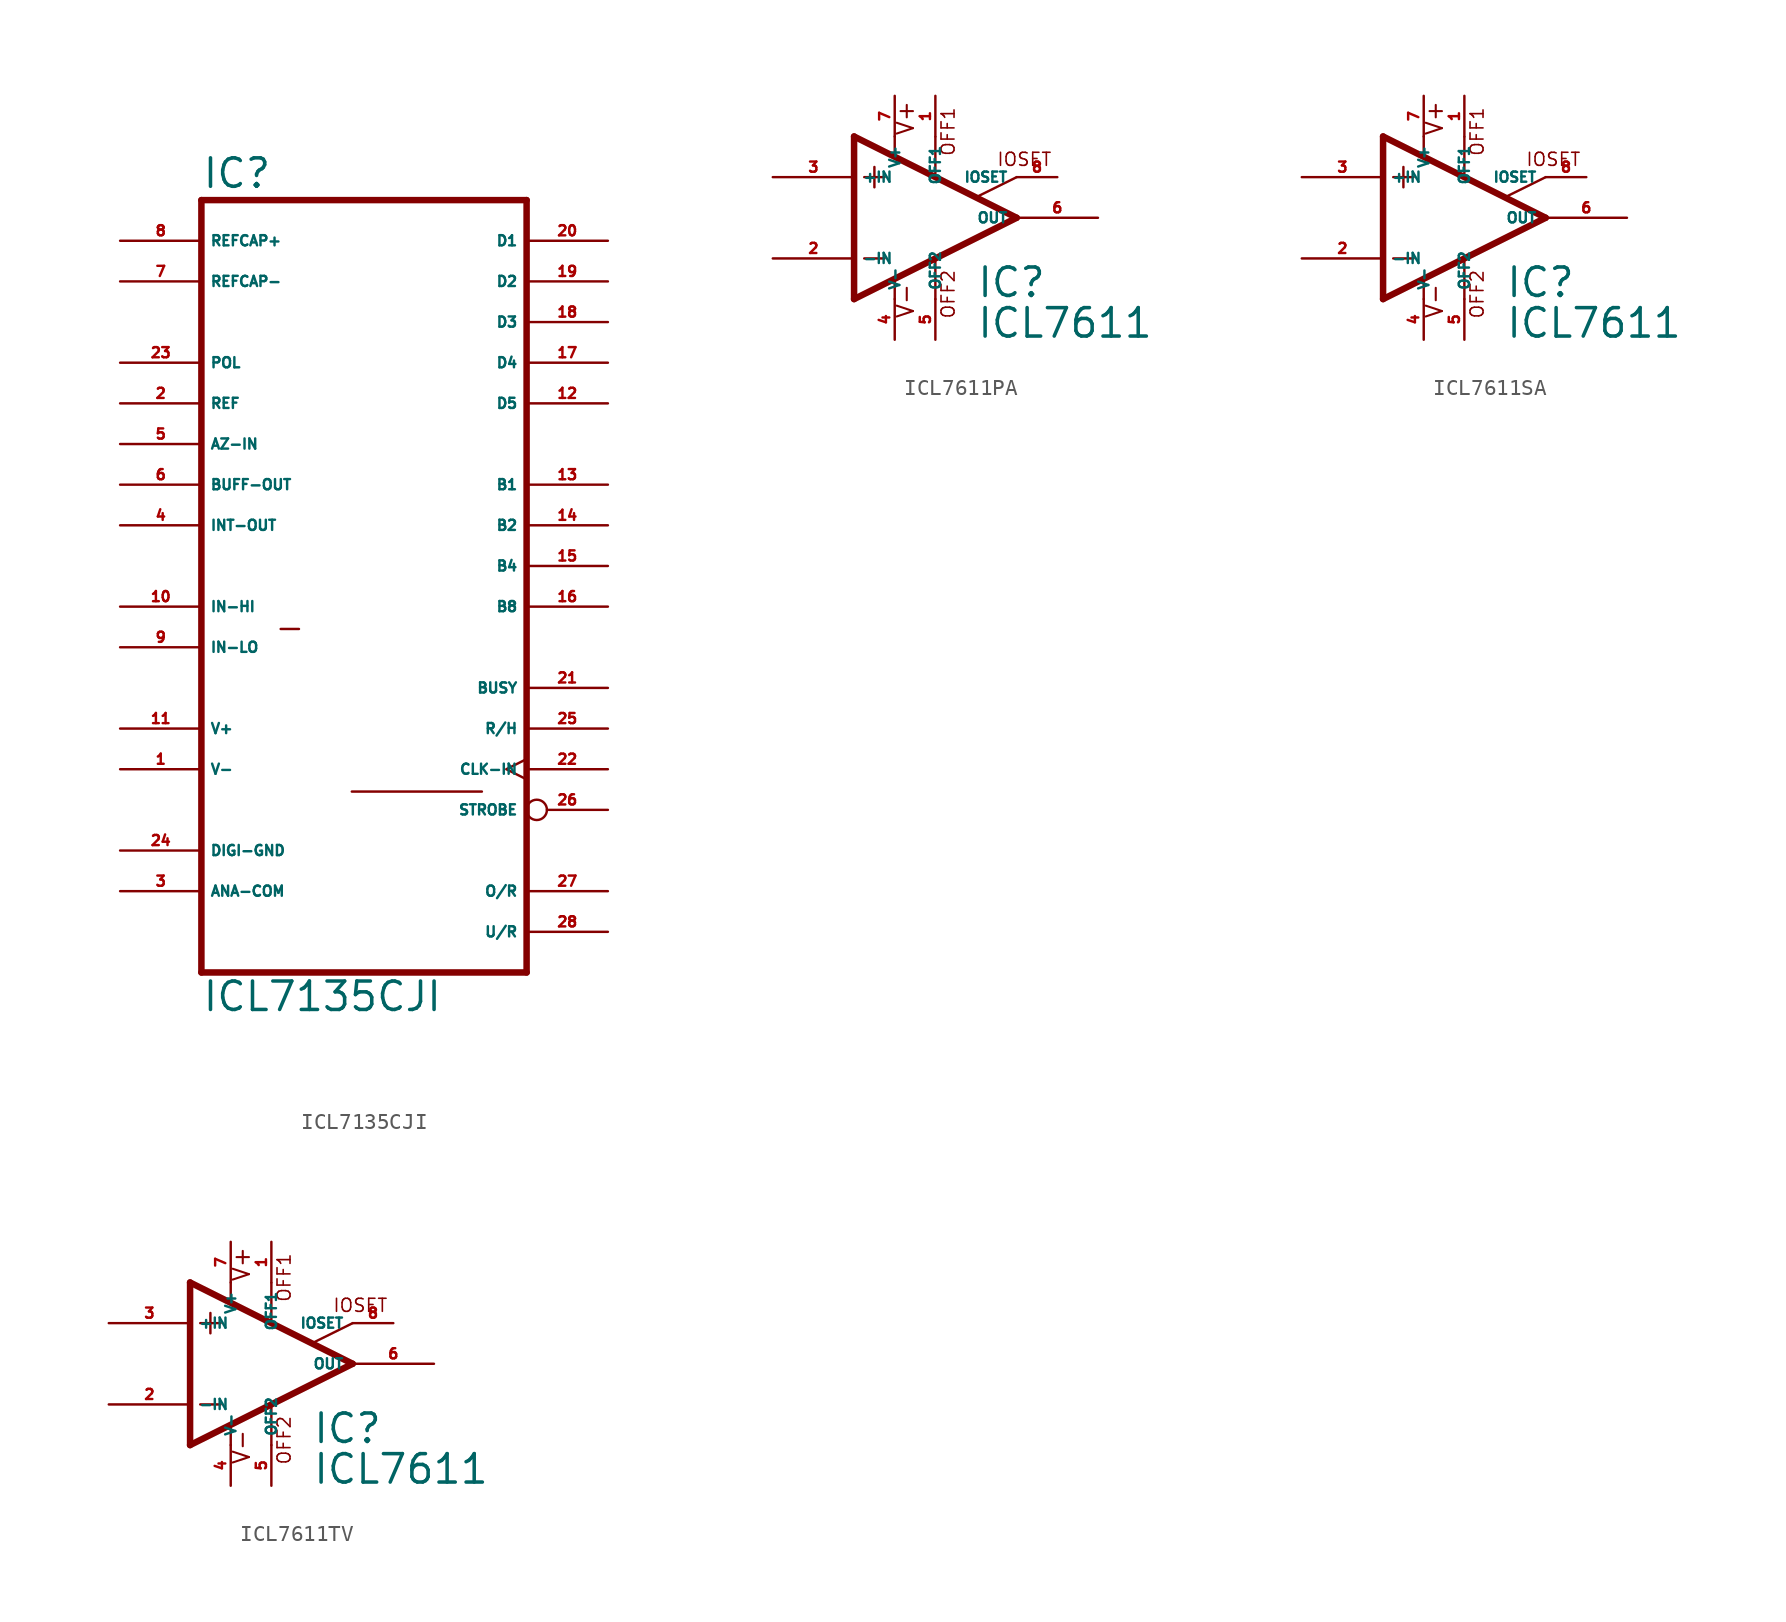
<source format=kicad_sym>
(kicad_symbol_lib
  (version 20220914)
  (generator Eagle2Kicad)
  (symbol "ICL7135CJI"
    (property "Reference" "IC"
      (at -10.16 26.035 0)
      (effects (font (size 1.778 1.778) (thickness 0.22)) (justify left bottom)))
    (property "Value" "ICL7135CJI"
      (at -10.16 -25.4 0)
      (effects (font (size 1.778 1.778) (thickness 0.22)) (justify left bottom)))
    (polyline
      (pts (xy -10.16 -22.86) (xy 10.16 -22.86))
      (stroke (width 0.406) (type default))
      (fill (type none)))
    (polyline
      (pts (xy 10.16 25.4) (xy 10.16 -22.86))
      (stroke (width 0.406) (type default))
      (fill (type none)))
    (polyline
      (pts (xy 10.16 25.4) (xy -10.16 25.4))
      (stroke (width 0.406) (type default))
      (fill (type none)))
    (polyline
      (pts (xy -10.16 -22.86) (xy -10.16 25.4))
      (stroke (width 0.406) (type default))
      (fill (type none)))
    (polyline
      (pts (xy -5.207 -1.397) (xy -4.064 -1.397))
      (stroke (width 0.152) (type default))
      (fill (type none)))
    (polyline
      (pts (xy -0.762 -11.557) (xy 7.366 -11.557))
      (stroke (width 0.152) (type default))
      (fill (type none)))
    (pin tri_state line
      (at 15.24 22.86 180)
      (length 5.08)
      (name "D1" (effects (font (size 0.635 0.635) (thickness 0.08)) (justify left bottom)))
      (number "20" (effects (font (size 0.635 0.635) (thickness 0.08)) (justify left bottom))))
    (pin tri_state line
      (at 15.24 20.32 180)
      (length 5.08)
      (name "D2" (effects (font (size 0.635 0.635) (thickness 0.08)) (justify left bottom)))
      (number "19" (effects (font (size 0.635 0.635) (thickness 0.08)) (justify left bottom))))
    (pin tri_state line
      (at 15.24 17.78 180)
      (length 5.08)
      (name "D3" (effects (font (size 0.635 0.635) (thickness 0.08)) (justify left bottom)))
      (number "18" (effects (font (size 0.635 0.635) (thickness 0.08)) (justify left bottom))))
    (pin tri_state line
      (at 15.24 15.24 180)
      (length 5.08)
      (name "D4" (effects (font (size 0.635 0.635) (thickness 0.08)) (justify left bottom)))
      (number "17" (effects (font (size 0.635 0.635) (thickness 0.08)) (justify left bottom))))
    (pin tri_state line
      (at 15.24 12.7 180)
      (length 5.08)
      (name "D5" (effects (font (size 0.635 0.635) (thickness 0.08)) (justify left bottom)))
      (number "12" (effects (font (size 0.635 0.635) (thickness 0.08)) (justify left bottom))))
    (pin unspecified line
      (at -15.24 -17.78 0)
      (length 5.08)
      (name "ANA-COM" (effects (font (size 0.635 0.635) (thickness 0.08)) (justify left bottom)))
      (number "3" (effects (font (size 0.635 0.635) (thickness 0.08)) (justify left bottom))))
    (pin output line
      (at -15.24 5.08 0)
      (length 5.08)
      (name "INT-OUT" (effects (font (size 0.635 0.635) (thickness 0.08)) (justify left bottom)))
      (number "4" (effects (font (size 0.635 0.635) (thickness 0.08)) (justify left bottom))))
    (pin output line
      (at -15.24 7.62 0)
      (length 5.08)
      (name "BUFF-OUT" (effects (font (size 0.635 0.635) (thickness 0.08)) (justify left bottom)))
      (number "6" (effects (font (size 0.635 0.635) (thickness 0.08)) (justify left bottom))))
    (pin output line
      (at 15.24 7.62 180)
      (length 5.08)
      (name "B1" (effects (font (size 0.635 0.635) (thickness 0.08)) (justify left bottom)))
      (number "13" (effects (font (size 0.635 0.635) (thickness 0.08)) (justify left bottom))))
    (pin output line
      (at 15.24 5.08 180)
      (length 5.08)
      (name "B2" (effects (font (size 0.635 0.635) (thickness 0.08)) (justify left bottom)))
      (number "14" (effects (font (size 0.635 0.635) (thickness 0.08)) (justify left bottom))))
    (pin output line
      (at 15.24 2.54 180)
      (length 5.08)
      (name "B4" (effects (font (size 0.635 0.635) (thickness 0.08)) (justify left bottom)))
      (number "15" (effects (font (size 0.635 0.635) (thickness 0.08)) (justify left bottom))))
    (pin output line
      (at 15.24 0 180)
      (length 5.08)
      (name "B8" (effects (font (size 0.635 0.635) (thickness 0.08)) (justify left bottom)))
      (number "16" (effects (font (size 0.635 0.635) (thickness 0.08)) (justify left bottom))))
    (pin output line
      (at 15.24 -5.08 180)
      (length 5.08)
      (name "BUSY" (effects (font (size 0.635 0.635) (thickness 0.08)) (justify left bottom)))
      (number "21" (effects (font (size 0.635 0.635) (thickness 0.08)) (justify left bottom))))
    (pin input line
      (at -15.24 15.24 0)
      (length 5.08)
      (name "POL" (effects (font (size 0.635 0.635) (thickness 0.08)) (justify left bottom)))
      (number "23" (effects (font (size 0.635 0.635) (thickness 0.08)) (justify left bottom))))
    (pin input line
      (at -15.24 12.7 0)
      (length 5.08)
      (name "REF" (effects (font (size 0.635 0.635) (thickness 0.08)) (justify left bottom)))
      (number "2" (effects (font (size 0.635 0.635) (thickness 0.08)) (justify left bottom))))
    (pin input line
      (at -15.24 10.16 0)
      (length 5.08)
      (name "AZ-IN" (effects (font (size 0.635 0.635) (thickness 0.08)) (justify left bottom)))
      (number "5" (effects (font (size 0.635 0.635) (thickness 0.08)) (justify left bottom))))
    (pin passive line
      (at -15.24 20.32 0)
      (length 5.08)
      (name "REFCAP-" (effects (font (size 0.635 0.635) (thickness 0.08)) (justify left bottom)))
      (number "7" (effects (font (size 0.635 0.635) (thickness 0.08)) (justify left bottom))))
    (pin passive line
      (at -15.24 22.86 0)
      (length 5.08)
      (name "REFCAP+" (effects (font (size 0.635 0.635) (thickness 0.08)) (justify left bottom)))
      (number "8" (effects (font (size 0.635 0.635) (thickness 0.08)) (justify left bottom))))
    (pin input line
      (at -15.24 0 0)
      (length 5.08)
      (name "IN-HI" (effects (font (size 0.635 0.635) (thickness 0.08)) (justify left bottom)))
      (number "10" (effects (font (size 0.635 0.635) (thickness 0.08)) (justify left bottom))))
    (pin input line
      (at -15.24 -2.54 0)
      (length 5.08)
      (name "IN-LO" (effects (font (size 0.635 0.635) (thickness 0.08)) (justify left bottom)))
      (number "9" (effects (font (size 0.635 0.635) (thickness 0.08)) (justify left bottom))))
    (pin unspecified line
      (at -15.24 -15.24 0)
      (length 5.08)
      (name "DIGI-GND" (effects (font (size 0.635 0.635) (thickness 0.08)) (justify left bottom)))
      (number "24" (effects (font (size 0.635 0.635) (thickness 0.08)) (justify left bottom))))
    (pin unspecified line
      (at -15.24 -7.62 0)
      (length 5.08)
      (name "V+" (effects (font (size 0.635 0.635) (thickness 0.08)) (justify left bottom)))
      (number "11" (effects (font (size 0.635 0.635) (thickness 0.08)) (justify left bottom))))
    (pin unspecified line
      (at -15.24 -10.16 0)
      (length 5.08)
      (name "V-" (effects (font (size 0.635 0.635) (thickness 0.08)) (justify left bottom)))
      (number "1" (effects (font (size 0.635 0.635) (thickness 0.08)) (justify left bottom))))
    (pin output inverted
      (at 15.24 -12.7 180)
      (length 5.08)
      (name "STROBE" (effects (font (size 0.635 0.635) (thickness 0.08)) (justify left bottom)))
      (number "26" (effects (font (size 0.635 0.635) (thickness 0.08)) (justify left bottom))))
    (pin output line
      (at 15.24 -17.78 180)
      (length 5.08)
      (name "O/R" (effects (font (size 0.635 0.635) (thickness 0.08)) (justify left bottom)))
      (number "27" (effects (font (size 0.635 0.635) (thickness 0.08)) (justify left bottom))))
    (pin output line
      (at 15.24 -20.32 180)
      (length 5.08)
      (name "U/R" (effects (font (size 0.635 0.635) (thickness 0.08)) (justify left bottom)))
      (number "28" (effects (font (size 0.635 0.635) (thickness 0.08)) (justify left bottom))))
    (pin input line
      (at 15.24 -7.62 180)
      (length 5.08)
      (name "R/H" (effects (font (size 0.635 0.635) (thickness 0.08)) (justify left bottom)))
      (number "25" (effects (font (size 0.635 0.635) (thickness 0.08)) (justify left bottom))))
    (pin input clock
      (at 15.24 -10.16 180)
      (length 5.08)
      (name "CLK-IN" (effects (font (size 0.635 0.635) (thickness 0.08)) (justify left bottom)))
      (number "22" (effects (font (size 0.635 0.635) (thickness 0.08)) (justify left bottom)))))
  (symbol "ICL7611PA"
    (property "Reference" "IC"
      (at 2.54 -5.08 0)
      (effects (font (size 1.778 1.778) (thickness 0.22)) (justify left bottom)))
    (property "Value" "ICL7611"
      (at 2.54 -7.62 0)
      (effects (font (size 1.778 1.778) (thickness 0.22)) (justify left bottom)))
    (polyline
      (pts (xy -3.81 3.175) (xy -3.81 1.905))
      (stroke (width 0.152) (type default))
      (fill (type none)))
    (polyline
      (pts (xy -4.445 2.54) (xy -3.175 2.54))
      (stroke (width 0.152) (type default))
      (fill (type none)))
    (polyline
      (pts (xy -4.445 -2.54) (xy -3.175 -2.54))
      (stroke (width 0.152) (type default))
      (fill (type none)))
    (polyline
      (pts (xy -2.54 5.08) (xy -2.54 3.886))
      (stroke (width 0.152) (type default))
      (fill (type none)))
    (polyline
      (pts (xy 0 5.055) (xy 0 2.616))
      (stroke (width 0.152) (type default))
      (fill (type none)))
    (polyline
      (pts (xy 0 -2.616) (xy 0 -5.08))
      (stroke (width 0.152) (type default))
      (fill (type none)))
    (polyline
      (pts (xy -2.54 -3.912) (xy -2.54 -5.08))
      (stroke (width 0.152) (type default))
      (fill (type none)))
    (polyline
      (pts (xy 5.08 2.54) (xy 2.616 1.321))
      (stroke (width 0.152) (type default))
      (fill (type none)))
    (polyline
      (pts (xy 5.08 0) (xy -5.08 5.08))
      (stroke (width 0.406) (type default))
      (fill (type none)))
    (polyline
      (pts (xy -5.08 5.08) (xy -5.08 -5.08))
      (stroke (width 0.406) (type default))
      (fill (type none)))
    (polyline
      (pts (xy -5.08 -5.08) (xy 5.08 0))
      (stroke (width 0.406) (type default))
      (fill (type none)))
    (text "OFF1"
      (at 1.27 3.81 900)
      (effects (font (size 0.813 0.813) (thickness 0.10)) (justify left bottom)))
    (text "OFF2"
      (at 1.27 -6.35 900)
      (effects (font (size 0.813 0.813) (thickness 0.10)) (justify left bottom)))
    (text "IOSET"
      (at 3.81 3.175 0)
      (effects (font (size 0.813 0.813) (thickness 0.10)) (justify left bottom)))
    (text "V+"
      (at -1.27 5.08 900)
      (effects (font (size 1.016 1.016) (thickness 0.13)) (justify left bottom)))
    (text "V-"
      (at -1.27 -6.35 900)
      (effects (font (size 1.016 1.016) (thickness 0.13)) (justify left bottom)))
    (pin passive line
      (at 7.62 2.54 180)
      (length 2.54)
      (name "IOSET" (effects (font (size 0.635 0.635) (thickness 0.08)) (justify left bottom)))
      (number "8" (effects (font (size 0.635 0.635) (thickness 0.08)) (justify left bottom))))
    (pin passive line
      (at 0 7.62 270)
      (length 2.54)
      (name "OFF1" (effects (font (size 0.635 0.635) (thickness 0.08)) (justify left bottom)))
      (number "1" (effects (font (size 0.635 0.635) (thickness 0.08)) (justify left bottom))))
    (pin input line
      (at -10.16 -2.54 0)
      (length 5.08)
      (name "-IN" (effects (font (size 0.635 0.635) (thickness 0.08)) (justify left bottom)))
      (number "2" (effects (font (size 0.635 0.635) (thickness 0.08)) (justify left bottom))))
    (pin input line
      (at -10.16 2.54 0)
      (length 5.08)
      (name "+IN" (effects (font (size 0.635 0.635) (thickness 0.08)) (justify left bottom)))
      (number "3" (effects (font (size 0.635 0.635) (thickness 0.08)) (justify left bottom))))
    (pin output line
      (at 10.16 0 180)
      (length 5.08)
      (name "OUT" (effects (font (size 0.635 0.635) (thickness 0.08)) (justify left bottom)))
      (number "6" (effects (font (size 0.635 0.635) (thickness 0.08)) (justify left bottom))))
    (pin passive line
      (at 0 -7.62 90)
      (length 2.54)
      (name "OFF2" (effects (font (size 0.635 0.635) (thickness 0.08)) (justify left bottom)))
      (number "5" (effects (font (size 0.635 0.635) (thickness 0.08)) (justify left bottom))))
    (pin unspecified line
      (at -2.54 7.62 270)
      (length 2.54)
      (name "V+" (effects (font (size 0.635 0.635) (thickness 0.08)) (justify left bottom)))
      (number "7" (effects (font (size 0.635 0.635) (thickness 0.08)) (justify left bottom))))
    (pin unspecified line
      (at -2.54 -7.62 90)
      (length 2.54)
      (name "V-" (effects (font (size 0.635 0.635) (thickness 0.08)) (justify left bottom)))
      (number "4" (effects (font (size 0.635 0.635) (thickness 0.08)) (justify left bottom)))))
  (symbol "ICL7611SA"
    (property "Reference" "IC"
      (at 2.54 -5.08 0)
      (effects (font (size 1.778 1.778) (thickness 0.22)) (justify left bottom)))
    (property "Value" "ICL7611"
      (at 2.54 -7.62 0)
      (effects (font (size 1.778 1.778) (thickness 0.22)) (justify left bottom)))
    (polyline
      (pts (xy -3.81 3.175) (xy -3.81 1.905))
      (stroke (width 0.152) (type default))
      (fill (type none)))
    (polyline
      (pts (xy -4.445 2.54) (xy -3.175 2.54))
      (stroke (width 0.152) (type default))
      (fill (type none)))
    (polyline
      (pts (xy -4.445 -2.54) (xy -3.175 -2.54))
      (stroke (width 0.152) (type default))
      (fill (type none)))
    (polyline
      (pts (xy -2.54 5.08) (xy -2.54 3.886))
      (stroke (width 0.152) (type default))
      (fill (type none)))
    (polyline
      (pts (xy 0 5.055) (xy 0 2.616))
      (stroke (width 0.152) (type default))
      (fill (type none)))
    (polyline
      (pts (xy 0 -2.616) (xy 0 -5.08))
      (stroke (width 0.152) (type default))
      (fill (type none)))
    (polyline
      (pts (xy -2.54 -3.912) (xy -2.54 -5.08))
      (stroke (width 0.152) (type default))
      (fill (type none)))
    (polyline
      (pts (xy 5.08 2.54) (xy 2.616 1.321))
      (stroke (width 0.152) (type default))
      (fill (type none)))
    (polyline
      (pts (xy 5.08 0) (xy -5.08 5.08))
      (stroke (width 0.406) (type default))
      (fill (type none)))
    (polyline
      (pts (xy -5.08 5.08) (xy -5.08 -5.08))
      (stroke (width 0.406) (type default))
      (fill (type none)))
    (polyline
      (pts (xy -5.08 -5.08) (xy 5.08 0))
      (stroke (width 0.406) (type default))
      (fill (type none)))
    (text "OFF1"
      (at 1.27 3.81 900)
      (effects (font (size 0.813 0.813) (thickness 0.10)) (justify left bottom)))
    (text "OFF2"
      (at 1.27 -6.35 900)
      (effects (font (size 0.813 0.813) (thickness 0.10)) (justify left bottom)))
    (text "IOSET"
      (at 3.81 3.175 0)
      (effects (font (size 0.813 0.813) (thickness 0.10)) (justify left bottom)))
    (text "V+"
      (at -1.27 5.08 900)
      (effects (font (size 1.016 1.016) (thickness 0.13)) (justify left bottom)))
    (text "V-"
      (at -1.27 -6.35 900)
      (effects (font (size 1.016 1.016) (thickness 0.13)) (justify left bottom)))
    (pin passive line
      (at 7.62 2.54 180)
      (length 2.54)
      (name "IOSET" (effects (font (size 0.635 0.635) (thickness 0.08)) (justify left bottom)))
      (number "8" (effects (font (size 0.635 0.635) (thickness 0.08)) (justify left bottom))))
    (pin passive line
      (at 0 7.62 270)
      (length 2.54)
      (name "OFF1" (effects (font (size 0.635 0.635) (thickness 0.08)) (justify left bottom)))
      (number "1" (effects (font (size 0.635 0.635) (thickness 0.08)) (justify left bottom))))
    (pin input line
      (at -10.16 -2.54 0)
      (length 5.08)
      (name "-IN" (effects (font (size 0.635 0.635) (thickness 0.08)) (justify left bottom)))
      (number "2" (effects (font (size 0.635 0.635) (thickness 0.08)) (justify left bottom))))
    (pin input line
      (at -10.16 2.54 0)
      (length 5.08)
      (name "+IN" (effects (font (size 0.635 0.635) (thickness 0.08)) (justify left bottom)))
      (number "3" (effects (font (size 0.635 0.635) (thickness 0.08)) (justify left bottom))))
    (pin output line
      (at 10.16 0 180)
      (length 5.08)
      (name "OUT" (effects (font (size 0.635 0.635) (thickness 0.08)) (justify left bottom)))
      (number "6" (effects (font (size 0.635 0.635) (thickness 0.08)) (justify left bottom))))
    (pin passive line
      (at 0 -7.62 90)
      (length 2.54)
      (name "OFF2" (effects (font (size 0.635 0.635) (thickness 0.08)) (justify left bottom)))
      (number "5" (effects (font (size 0.635 0.635) (thickness 0.08)) (justify left bottom))))
    (pin unspecified line
      (at -2.54 7.62 270)
      (length 2.54)
      (name "V+" (effects (font (size 0.635 0.635) (thickness 0.08)) (justify left bottom)))
      (number "7" (effects (font (size 0.635 0.635) (thickness 0.08)) (justify left bottom))))
    (pin unspecified line
      (at -2.54 -7.62 90)
      (length 2.54)
      (name "V-" (effects (font (size 0.635 0.635) (thickness 0.08)) (justify left bottom)))
      (number "4" (effects (font (size 0.635 0.635) (thickness 0.08)) (justify left bottom)))))
  (symbol "ICL7611TV"
    (property "Reference" "IC"
      (at 2.54 -5.08 0)
      (effects (font (size 1.778 1.778) (thickness 0.22)) (justify left bottom)))
    (property "Value" "ICL7611"
      (at 2.54 -7.62 0)
      (effects (font (size 1.778 1.778) (thickness 0.22)) (justify left bottom)))
    (polyline
      (pts (xy -3.81 3.175) (xy -3.81 1.905))
      (stroke (width 0.152) (type default))
      (fill (type none)))
    (polyline
      (pts (xy -4.445 2.54) (xy -3.175 2.54))
      (stroke (width 0.152) (type default))
      (fill (type none)))
    (polyline
      (pts (xy -4.445 -2.54) (xy -3.175 -2.54))
      (stroke (width 0.152) (type default))
      (fill (type none)))
    (polyline
      (pts (xy -2.54 5.08) (xy -2.54 3.886))
      (stroke (width 0.152) (type default))
      (fill (type none)))
    (polyline
      (pts (xy 0 5.055) (xy 0 2.616))
      (stroke (width 0.152) (type default))
      (fill (type none)))
    (polyline
      (pts (xy 0 -2.616) (xy 0 -5.08))
      (stroke (width 0.152) (type default))
      (fill (type none)))
    (polyline
      (pts (xy -2.54 -3.912) (xy -2.54 -5.08))
      (stroke (width 0.152) (type default))
      (fill (type none)))
    (polyline
      (pts (xy 5.08 2.54) (xy 2.616 1.321))
      (stroke (width 0.152) (type default))
      (fill (type none)))
    (polyline
      (pts (xy 5.08 0) (xy -5.08 5.08))
      (stroke (width 0.406) (type default))
      (fill (type none)))
    (polyline
      (pts (xy -5.08 5.08) (xy -5.08 -5.08))
      (stroke (width 0.406) (type default))
      (fill (type none)))
    (polyline
      (pts (xy -5.08 -5.08) (xy 5.08 0))
      (stroke (width 0.406) (type default))
      (fill (type none)))
    (text "OFF1"
      (at 1.27 3.81 900)
      (effects (font (size 0.813 0.813) (thickness 0.10)) (justify left bottom)))
    (text "OFF2"
      (at 1.27 -6.35 900)
      (effects (font (size 0.813 0.813) (thickness 0.10)) (justify left bottom)))
    (text "IOSET"
      (at 3.81 3.175 0)
      (effects (font (size 0.813 0.813) (thickness 0.10)) (justify left bottom)))
    (text "V+"
      (at -1.27 5.08 900)
      (effects (font (size 1.016 1.016) (thickness 0.13)) (justify left bottom)))
    (text "V-"
      (at -1.27 -6.35 900)
      (effects (font (size 1.016 1.016) (thickness 0.13)) (justify left bottom)))
    (pin passive line
      (at 7.62 2.54 180)
      (length 2.54)
      (name "IOSET" (effects (font (size 0.635 0.635) (thickness 0.08)) (justify left bottom)))
      (number "8" (effects (font (size 0.635 0.635) (thickness 0.08)) (justify left bottom))))
    (pin passive line
      (at 0 7.62 270)
      (length 2.54)
      (name "OFF1" (effects (font (size 0.635 0.635) (thickness 0.08)) (justify left bottom)))
      (number "1" (effects (font (size 0.635 0.635) (thickness 0.08)) (justify left bottom))))
    (pin input line
      (at -10.16 -2.54 0)
      (length 5.08)
      (name "-IN" (effects (font (size 0.635 0.635) (thickness 0.08)) (justify left bottom)))
      (number "2" (effects (font (size 0.635 0.635) (thickness 0.08)) (justify left bottom))))
    (pin input line
      (at -10.16 2.54 0)
      (length 5.08)
      (name "+IN" (effects (font (size 0.635 0.635) (thickness 0.08)) (justify left bottom)))
      (number "3" (effects (font (size 0.635 0.635) (thickness 0.08)) (justify left bottom))))
    (pin output line
      (at 10.16 0 180)
      (length 5.08)
      (name "OUT" (effects (font (size 0.635 0.635) (thickness 0.08)) (justify left bottom)))
      (number "6" (effects (font (size 0.635 0.635) (thickness 0.08)) (justify left bottom))))
    (pin passive line
      (at 0 -7.62 90)
      (length 2.54)
      (name "OFF2" (effects (font (size 0.635 0.635) (thickness 0.08)) (justify left bottom)))
      (number "5" (effects (font (size 0.635 0.635) (thickness 0.08)) (justify left bottom))))
    (pin unspecified line
      (at -2.54 7.62 270)
      (length 2.54)
      (name "V+" (effects (font (size 0.635 0.635) (thickness 0.08)) (justify left bottom)))
      (number "7" (effects (font (size 0.635 0.635) (thickness 0.08)) (justify left bottom))))
    (pin unspecified line
      (at -2.54 -7.62 90)
      (length 2.54)
      (name "V-" (effects (font (size 0.635 0.635) (thickness 0.08)) (justify left bottom)))
      (number "4" (effects (font (size 0.635 0.635) (thickness 0.08)) (justify left bottom))))))
</source>
